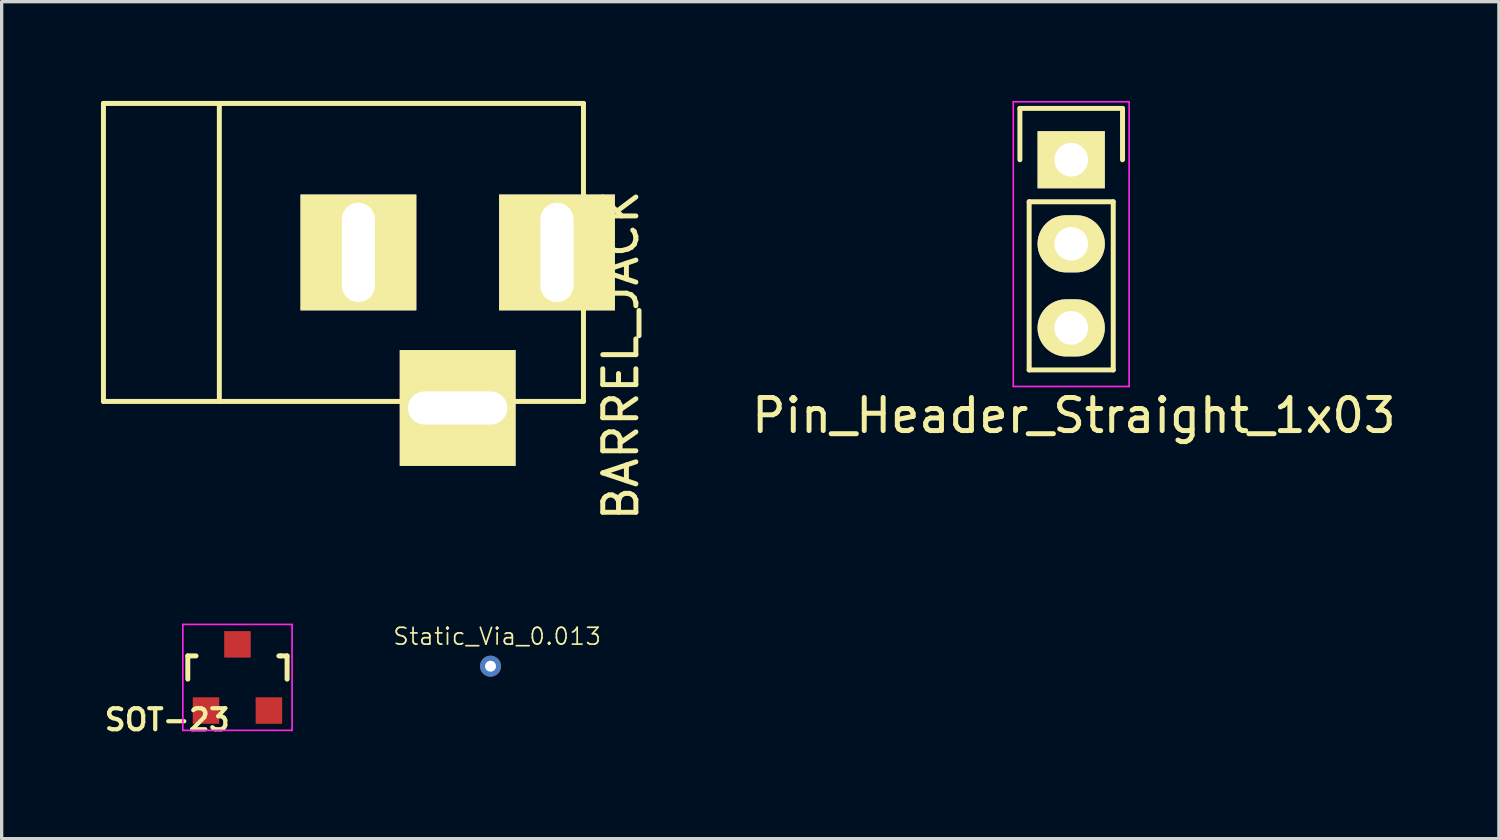
<source format=kicad_pcb>
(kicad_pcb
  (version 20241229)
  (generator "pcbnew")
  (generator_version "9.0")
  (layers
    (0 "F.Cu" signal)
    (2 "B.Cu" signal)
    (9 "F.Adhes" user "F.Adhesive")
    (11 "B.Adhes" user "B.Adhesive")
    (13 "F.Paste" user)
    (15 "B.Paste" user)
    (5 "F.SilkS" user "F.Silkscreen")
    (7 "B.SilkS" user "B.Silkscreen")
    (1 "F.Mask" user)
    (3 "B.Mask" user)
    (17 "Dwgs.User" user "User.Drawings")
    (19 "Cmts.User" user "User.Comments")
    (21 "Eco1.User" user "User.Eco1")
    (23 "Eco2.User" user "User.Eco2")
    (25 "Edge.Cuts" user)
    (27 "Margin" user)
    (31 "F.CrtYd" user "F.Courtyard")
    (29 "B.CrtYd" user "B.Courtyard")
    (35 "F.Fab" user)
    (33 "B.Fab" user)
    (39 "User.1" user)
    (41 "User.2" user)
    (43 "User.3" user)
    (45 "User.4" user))
  (footprint "SOT-23"
    (layer "F.Cu")
    (at 4.123 17.414)
    (property "Reference" "SOT-23" (at -2.121 1.278 0) (layer "F.SilkS") (effects (font (size 0.635 0.635) (thickness 0.127))))
    (attr smd)
    (fp_line (start -1.5 -0.65) (end -1.251 -0.65) (stroke (width 0.15) (type solid)) (layer "F.SilkS"))
    (fp_line (start -1.5 0.051) (end -1.5 -0.65) (stroke (width 0.15) (type solid)) (layer "F.SilkS"))
    (fp_line (start 1.299 -0.65) (end 1.251 -0.65) (stroke (width 0.15) (type solid)) (layer "F.SilkS"))
    (fp_line (start 1.299 -0.65) (end 1.5 -0.65) (stroke (width 0.15) (type solid)) (layer "F.SilkS"))
    (fp_line (start 1.5 -0.65) (end 1.5 0.051) (stroke (width 0.15) (type solid)) (layer "F.SilkS"))
    (fp_line (start -1.65 -1.6) (end 1.65 -1.6) (stroke (width 0.05) (type solid)) (layer "F.CrtYd"))
    (fp_line (start -1.65 1.6) (end -1.65 -1.6) (stroke (width 0.05) (type solid)) (layer "F.CrtYd"))
    (fp_line (start 1.65 -1.6) (end 1.65 1.6) (stroke (width 0.05) (type solid)) (layer "F.CrtYd"))
    (fp_line (start 1.65 1.6) (end -1.65 1.6) (stroke (width 0.05) (type solid)) (layer "F.CrtYd"))
    (pad "1" smd rect (at -0.95 1.001) (size 0.8 0.8) (layers "F.Cu" "F.Mask" "F.Paste"))
    (pad "2" smd rect (at 0.95 1.001) (size 0.8 0.8) (layers "F.Cu" "F.Mask" "F.Paste"))
    (pad "3" smd rect (at 0 -0.998) (size 0.8 0.8) (layers "F.Cu" "F.Mask" "F.Paste")))
  (footprint "Pin_Header_Straight_1x03"
    (layer "F.Cu")
    (at 29.31 1.775)
    (property "Reference" "Pin_Header_Straight_1x03" (at 0.081 7.727 0) (layer "F.SilkS") (effects (font (size 1 1) (thickness 0.15))))
    (attr through_hole)
    (fp_line (start -1.55 -1.55) (end 1.55 -1.55) (stroke (width 0.15) (type solid)) (layer "F.SilkS"))
    (fp_line (start -1.55 0) (end -1.55 -1.55) (stroke (width 0.15) (type solid)) (layer "F.SilkS"))
    (fp_line (start -1.27 1.27) (end -1.27 6.35) (stroke (width 0.15) (type solid)) (layer "F.SilkS"))
    (fp_line (start -1.27 6.35) (end 1.27 6.35) (stroke (width 0.15) (type solid)) (layer "F.SilkS"))
    (fp_line (start 1.27 1.27) (end -1.27 1.27) (stroke (width 0.15) (type solid)) (layer "F.SilkS"))
    (fp_line (start 1.27 6.35) (end 1.27 1.27) (stroke (width 0.15) (type solid)) (layer "F.SilkS"))
    (fp_line (start 1.55 -1.55) (end 1.55 0) (stroke (width 0.15) (type solid)) (layer "F.SilkS"))
    (fp_line (start -1.75 -1.75) (end -1.75 6.85) (stroke (width 0.05) (type solid)) (layer "F.CrtYd"))
    (fp_line (start -1.75 -1.75) (end 1.75 -1.75) (stroke (width 0.05) (type solid)) (layer "F.CrtYd"))
    (fp_line (start -1.75 6.85) (end 1.75 6.85) (stroke (width 0.05) (type solid)) (layer "F.CrtYd"))
    (fp_line (start 1.75 -1.75) (end 1.75 6.85) (stroke (width 0.05) (type solid)) (layer "F.CrtYd"))
    (pad "1" thru_hole rect (at 0 0) (size 2.032 1.727) (drill 1.016) (layers "*.Cu" "*.Mask" "F.SilkS"))
    (pad "2" thru_hole oval (at 0 2.54) (size 2.032 1.727) (drill 1.016) (layers "*.Cu" "*.Mask" "F.SilkS"))
    (pad "3" thru_hole oval (at 0 5.08) (size 2.032 1.727) (drill 1.016) (layers "*.Cu" "*.Mask" "F.SilkS")))
  (footprint "BARREL_JACK"
    (layer "F.Cu")
    (at 7.576 4.576)
    (property "Reference" "BARREL_JACK" (at 8.128 3.111 90) (layer "F.SilkS") (effects (font (size 1 1) (thickness 0.15))))
    (attr through_hole)
    (fp_line (start -7.501 -4.501) (end -7.501 4.501) (stroke (width 0.15) (type solid)) (layer "F.SilkS"))
    (fp_line (start -7.501 4.501) (end 7 4.501) (stroke (width 0.15) (type solid)) (layer "F.SilkS"))
    (fp_line (start -4 -4.501) (end -4 4.501) (stroke (width 0.15) (type solid)) (layer "F.SilkS"))
    (fp_line (start 7 -4.501) (end -7.501 -4.501) (stroke (width 0.15) (type solid)) (layer "F.SilkS"))
    (fp_line (start 7 4.501) (end 7 -4.501) (stroke (width 0.15) (type solid)) (layer "F.SilkS"))
    (pad "1" thru_hole rect (at 6.2 0) (size 3.5 3.5) (drill oval 1.001 3) (layers "*.Cu" "*.Mask" "F.SilkS"))
    (pad "2" thru_hole rect (at 0.201 0) (size 3.5 3.5) (drill oval 1.001 3) (layers "*.Cu" "*.Mask" "F.SilkS"))
    (pad "3" thru_hole rect (at 3.2 4.699) (size 3.5 3.5) (drill oval 3 1.001) (layers "*.Cu" "*.Mask" "F.SilkS")))
  (footprint "Static_Via_0.013"
    (layer "F.Cu")
    (at 11.768 17.075)
    (property "Reference" "Static_Via_0.013" (at 0.2 -0.9 0) (layer "F.SilkS") (effects (font (size 0.508 0.508) (thickness 0.051))))
    (attr through_hole)
    (pad "1" thru_hole circle (at 0 0) (size 0.635 0.635) (drill 0.33) (layers "*.Cu")))
  (gr_rect
    (start -3 -3)
    (end 42.23 22.286)
    (stroke (width 0.1) (type default))
    (fill no)
    (layer "Edge.Cuts")))
</source>
